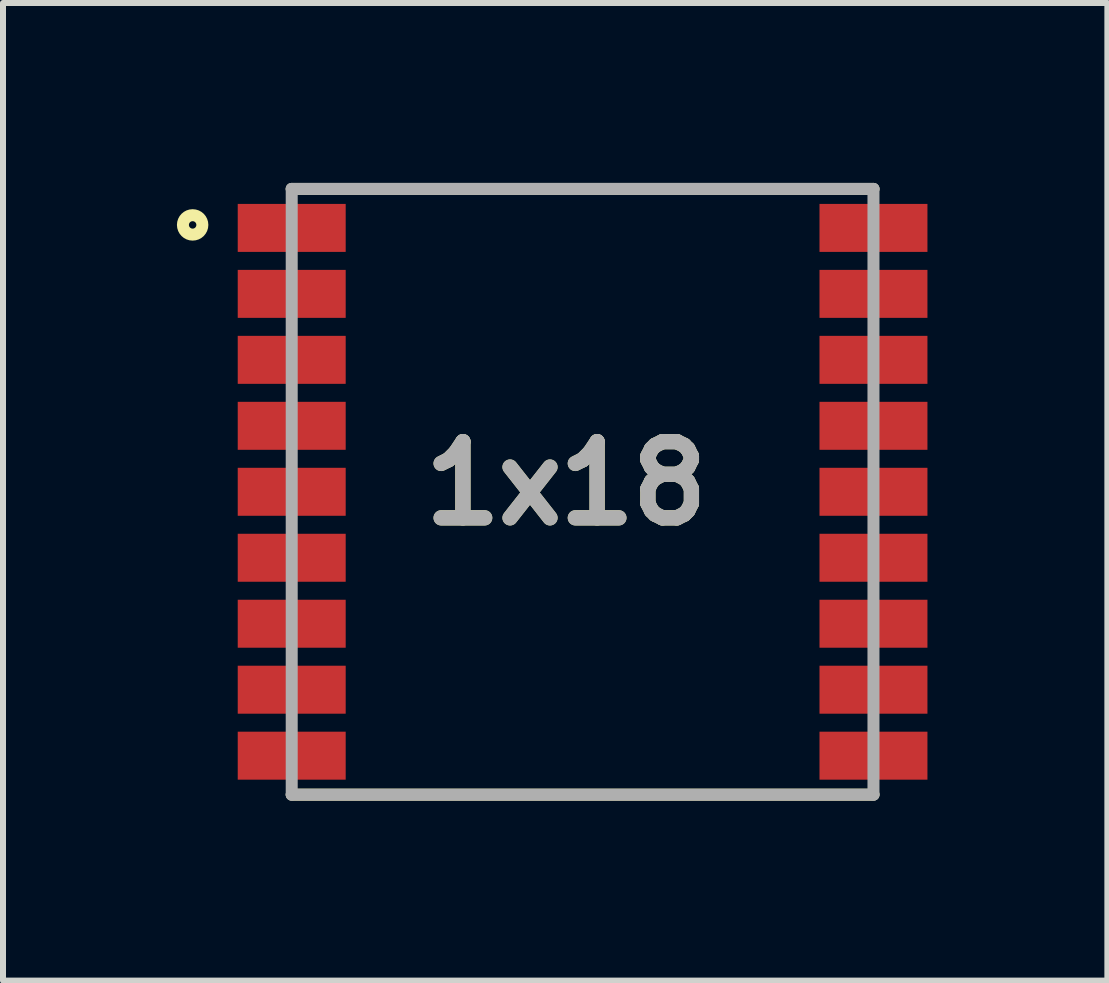
<source format=kicad_pcb>
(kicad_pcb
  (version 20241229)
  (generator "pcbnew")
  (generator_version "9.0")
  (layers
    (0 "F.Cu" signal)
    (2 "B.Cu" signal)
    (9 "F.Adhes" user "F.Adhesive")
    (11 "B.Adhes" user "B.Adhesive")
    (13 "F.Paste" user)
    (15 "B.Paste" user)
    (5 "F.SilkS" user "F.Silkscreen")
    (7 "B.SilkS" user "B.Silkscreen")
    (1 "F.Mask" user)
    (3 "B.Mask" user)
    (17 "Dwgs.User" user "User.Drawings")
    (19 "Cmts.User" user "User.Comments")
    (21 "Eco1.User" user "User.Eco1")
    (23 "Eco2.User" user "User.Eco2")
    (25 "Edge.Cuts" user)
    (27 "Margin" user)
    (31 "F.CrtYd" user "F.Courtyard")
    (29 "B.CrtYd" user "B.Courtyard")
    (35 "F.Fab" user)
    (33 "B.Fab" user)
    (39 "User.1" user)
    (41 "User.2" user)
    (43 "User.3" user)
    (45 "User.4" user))
  (footprint "1x18"
    (layer "F.Cu")
    (at 6.664 5.15)
    (property "Reference" "1x18" (at -0.272 -0.14 0) (layer "F.SilkS") (effects (font (size 1.27 1.27) (thickness 0.254))))
    (attr smd)
    (fp_line (start -4.85 -5.05) (end 4.85 -5.05) (stroke (width 0.2) (type solid)) (layer "F.SilkS"))
    (fp_line (start 4.85 5.05) (end -4.85 5.05) (stroke (width 0.2) (type solid)) (layer "F.SilkS"))
    (fp_circle (center -6.502 -4.45) (end -6.502 -4.388) (stroke (width 0.2) (type solid)) (fill no) (layer "F.SilkS"))
    (fp_line (start -4.85 -5.05) (end 4.85 -5.05) (stroke (width 0.2) (type solid)) (layer "F.Fab"))
    (fp_line (start -4.85 5.05) (end -4.85 -5.05) (stroke (width 0.2) (type solid)) (layer "F.Fab"))
    (fp_line (start 4.85 -5.05) (end 4.85 5.05) (stroke (width 0.2) (type solid)) (layer "F.Fab"))
    (fp_line (start 4.85 5.05) (end -4.85 5.05) (stroke (width 0.2) (type solid)) (layer "F.Fab"))
    (fp_text user "${REFERENCE}" (at -0.272 -0.14 0) (layer "F.Fab") (effects (font (size 1.27 1.27) (thickness 0.254))))
    (pad "1" smd rect (at -4.85 -4.4 90) (size 0.8 1.8) (layers "F.Cu" "F.Mask" "F.Paste"))
    (pad "2" smd rect (at -4.85 -3.3 90) (size 0.8 1.8) (layers "F.Cu" "F.Mask" "F.Paste"))
    (pad "3" smd rect (at -4.85 -2.2 90) (size 0.8 1.8) (layers "F.Cu" "F.Mask" "F.Paste"))
    (pad "4" smd rect (at -4.85 -1.1 90) (size 0.8 1.8) (layers "F.Cu" "F.Mask" "F.Paste"))
    (pad "5" smd rect (at -4.85 0 90) (size 0.8 1.8) (layers "F.Cu" "F.Mask" "F.Paste"))
    (pad "6" smd rect (at -4.85 1.1 90) (size 0.8 1.8) (layers "F.Cu" "F.Mask" "F.Paste"))
    (pad "7" smd rect (at -4.85 2.2 90) (size 0.8 1.8) (layers "F.Cu" "F.Mask" "F.Paste"))
    (pad "8" smd rect (at -4.85 3.3 90) (size 0.8 1.8) (layers "F.Cu" "F.Mask" "F.Paste"))
    (pad "9" smd rect (at -4.85 4.4 90) (size 0.8 1.8) (layers "F.Cu" "F.Mask" "F.Paste"))
    (pad "10" smd rect (at 4.85 4.4 90) (size 0.8 1.8) (layers "F.Cu" "F.Mask" "F.Paste"))
    (pad "11" smd rect (at 4.85 3.3 90) (size 0.8 1.8) (layers "F.Cu" "F.Mask" "F.Paste"))
    (pad "12" smd rect (at 4.85 2.2 90) (size 0.8 1.8) (layers "F.Cu" "F.Mask" "F.Paste"))
    (pad "13" smd rect (at 4.85 1.1 90) (size 0.8 1.8) (layers "F.Cu" "F.Mask" "F.Paste"))
    (pad "14" smd rect (at 4.85 0 90) (size 0.8 1.8) (layers "F.Cu" "F.Mask" "F.Paste"))
    (pad "15" smd rect (at 4.85 -1.1 90) (size 0.8 1.8) (layers "F.Cu" "F.Mask" "F.Paste"))
    (pad "16" smd rect (at 4.85 -2.2 90) (size 0.8 1.8) (layers "F.Cu" "F.Mask" "F.Paste"))
    (pad "17" smd rect (at 4.85 -3.3 90) (size 0.8 1.8) (layers "F.Cu" "F.Mask" "F.Paste"))
    (pad "18" smd rect (at 4.85 -4.4 90) (size 0.8 1.8) (layers "F.Cu" "F.Mask" "F.Paste")))
  (gr_rect
    (start -3 -3)
    (end 15.414 13.3)
    (stroke (width 0.1) (type default))
    (fill no)
    (layer "Edge.Cuts")))
</source>
